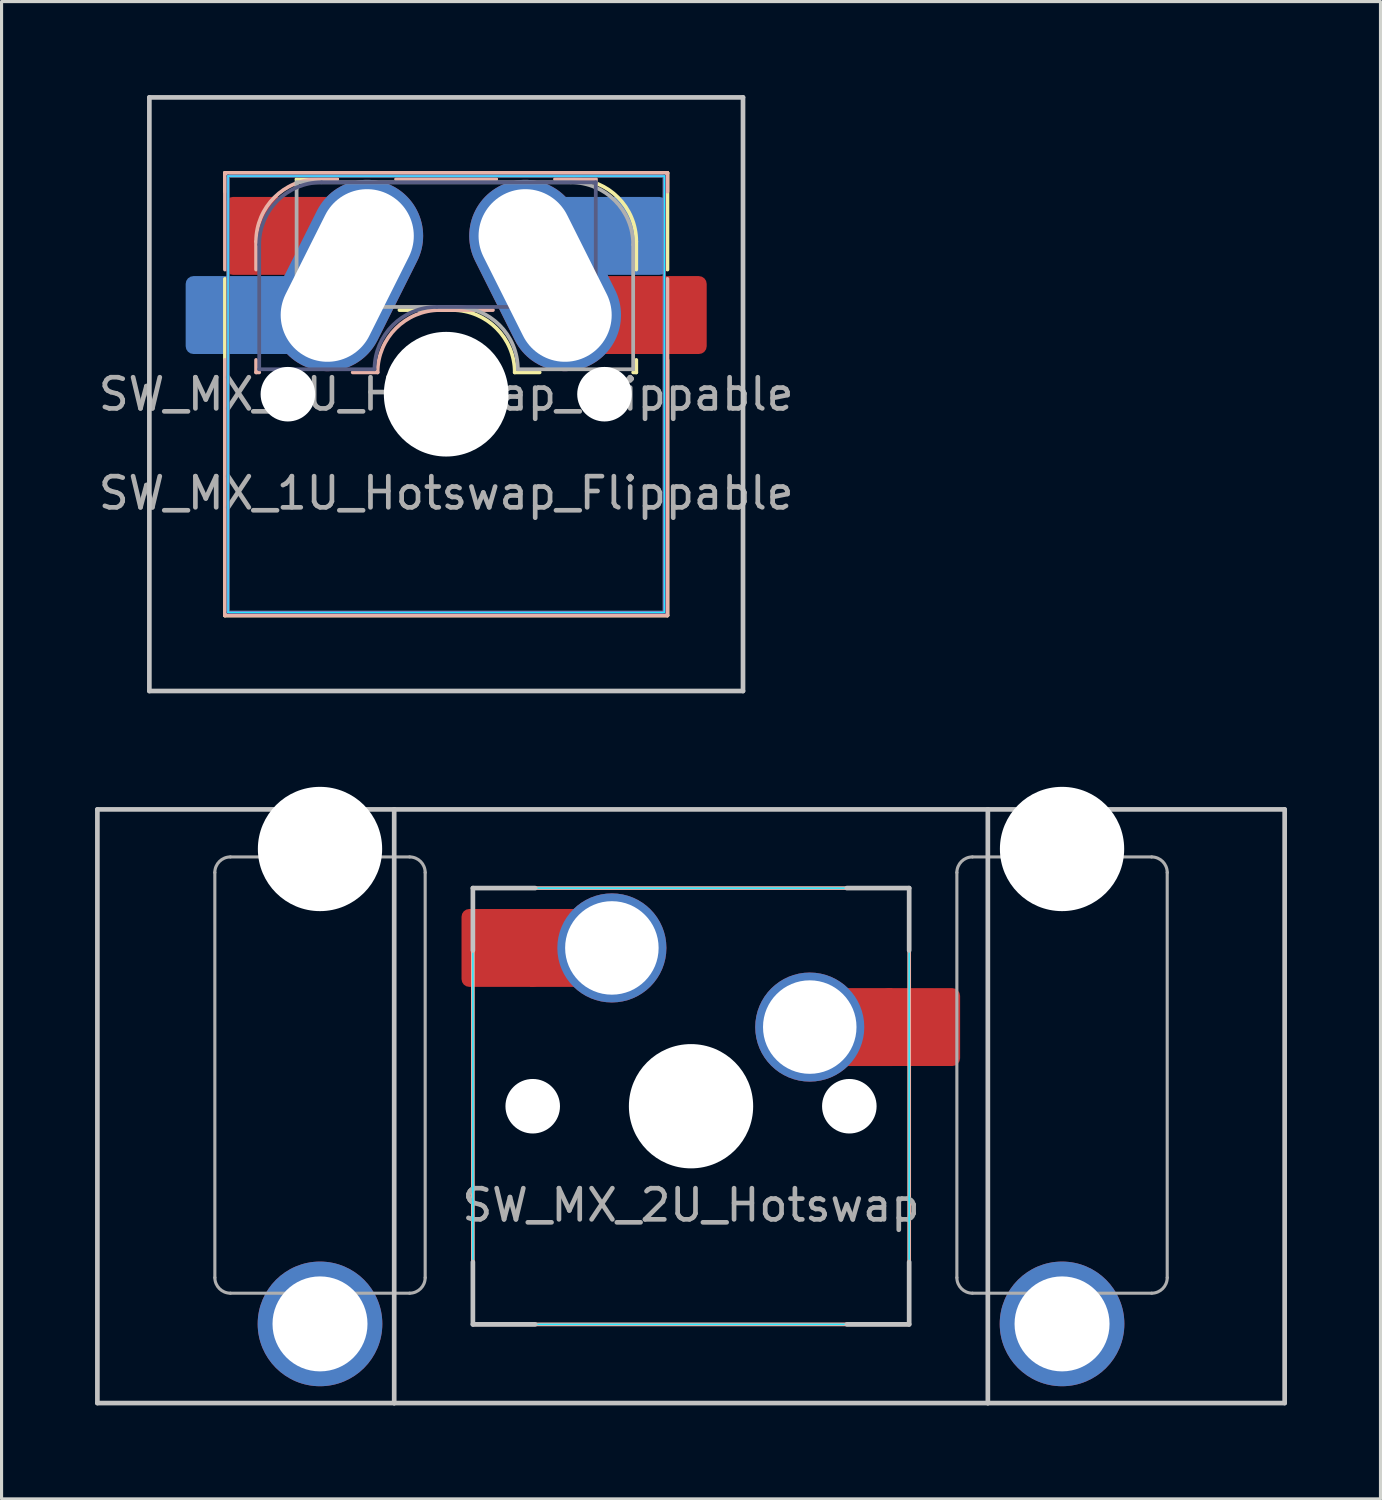
<source format=kicad_pcb>
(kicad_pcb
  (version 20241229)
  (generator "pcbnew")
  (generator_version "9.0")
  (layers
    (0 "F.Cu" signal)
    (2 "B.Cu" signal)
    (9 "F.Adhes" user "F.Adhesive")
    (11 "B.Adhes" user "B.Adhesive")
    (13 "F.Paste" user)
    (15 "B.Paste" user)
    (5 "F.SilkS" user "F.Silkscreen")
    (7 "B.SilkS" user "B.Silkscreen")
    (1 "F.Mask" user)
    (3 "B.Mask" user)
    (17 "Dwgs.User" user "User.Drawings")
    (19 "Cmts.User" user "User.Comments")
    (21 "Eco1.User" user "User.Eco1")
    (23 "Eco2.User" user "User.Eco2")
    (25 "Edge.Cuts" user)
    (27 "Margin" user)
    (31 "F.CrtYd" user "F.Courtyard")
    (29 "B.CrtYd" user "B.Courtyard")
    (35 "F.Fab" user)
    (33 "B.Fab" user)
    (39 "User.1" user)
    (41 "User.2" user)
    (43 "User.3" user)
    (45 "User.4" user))
  (footprint "SW_MX_2U_Hotswap"
    (layer "F.Cu")
    (at 19.125 32.449)
    (property "Reference" "SW_MX_2U_Hotswap" (at 0 3.175 0) (layer "F.Fab") (effects (font (size 1 1) (thickness 0.15))))
    (attr smd)
    (fp_line (start -7 -7) (end 7 -7) (stroke (width 0.12) (type default)) (layer "B.SilkS"))
    (fp_line (start -7 7) (end -7 -7) (stroke (width 0.12) (type default)) (layer "B.SilkS"))
    (fp_line (start 7 -7) (end 7 7) (stroke (width 0.12) (type default)) (layer "B.SilkS"))
    (fp_line (start 7 7) (end -7 7) (stroke (width 0.12) (type default)) (layer "B.SilkS"))
    (fp_line (start -19.05 -9.525) (end -9.525 -9.525) (stroke (width 0.15) (type solid)) (layer "Dwgs.User"))
    (fp_line (start -19.05 9.525) (end -19.05 -9.525) (stroke (width 0.15) (type solid)) (layer "Dwgs.User"))
    (fp_line (start -9.525 -9.525) (end -9.525 9.525) (stroke (width 0.15) (type solid)) (layer "Dwgs.User"))
    (fp_line (start -9.525 9.525) (end -19.05 9.525) (stroke (width 0.15) (type solid)) (layer "Dwgs.User"))
    (fp_line (start -9.525 9.525) (end 9.525 9.525) (stroke (width 0.15) (type solid)) (layer "Dwgs.User"))
    (fp_line (start -7 -7) (end -7 -5) (stroke (width 0.15) (type solid)) (layer "Dwgs.User"))
    (fp_line (start -7 7) (end -7 5) (stroke (width 0.15) (type solid)) (layer "Dwgs.User"))
    (fp_line (start -5 -7) (end -7 -7) (stroke (width 0.15) (type solid)) (layer "Dwgs.User"))
    (fp_line (start -5 7) (end -7 7) (stroke (width 0.15) (type solid)) (layer "Dwgs.User"))
    (fp_line (start 5 -7) (end 7 -7) (stroke (width 0.15) (type solid)) (layer "Dwgs.User"))
    (fp_line (start 7 -7) (end 7 -5) (stroke (width 0.15) (type solid)) (layer "Dwgs.User"))
    (fp_line (start 7 5) (end 7 7) (stroke (width 0.15) (type solid)) (layer "Dwgs.User"))
    (fp_line (start 7 7) (end 5 7) (stroke (width 0.15) (type solid)) (layer "Dwgs.User"))
    (fp_line (start 9.525 -9.525) (end -9.525 -9.525) (stroke (width 0.15) (type solid)) (layer "Dwgs.User"))
    (fp_line (start 9.525 -9.525) (end 19.05 -9.525) (stroke (width 0.15) (type solid)) (layer "Dwgs.User"))
    (fp_line (start 9.525 9.525) (end 9.525 -9.525) (stroke (width 0.15) (type solid)) (layer "Dwgs.User"))
    (fp_line (start 19.05 -9.525) (end 19.05 9.525) (stroke (width 0.15) (type solid)) (layer "Dwgs.User"))
    (fp_line (start 19.05 9.525) (end 9.525 9.525) (stroke (width 0.15) (type solid)) (layer "Dwgs.User"))
    (fp_line (start -7 -7) (end -7 7) (stroke (width 0.05) (type default)) (layer "B.CrtYd"))
    (fp_line (start -7 7) (end 7 7) (stroke (width 0.05) (type default)) (layer "B.CrtYd"))
    (fp_line (start 7 -7) (end -7 -7) (stroke (width 0.05) (type default)) (layer "B.CrtYd"))
    (fp_line (start 7 7) (end 7 -7) (stroke (width 0.05) (type default)) (layer "B.CrtYd"))
    (fp_line (start -15.28 5.5) (end -15.281 -7.5) (stroke (width 0.1) (type solid)) (layer "F.Fab"))
    (fp_line (start -9.031 -8) (end -14.781 -8) (stroke (width 0.1) (type solid)) (layer "F.Fab"))
    (fp_line (start -9.031 6) (end -14.78 6) (stroke (width 0.1) (type solid)) (layer "F.Fab"))
    (fp_line (start -8.531 5.5) (end -8.531 -7.5) (stroke (width 0.1) (type solid)) (layer "F.Fab"))
    (fp_line (start 8.531 5.5) (end 8.531 -7.5) (stroke (width 0.1) (type solid)) (layer "F.Fab"))
    (fp_line (start 14.781 -8) (end 9.031 -8) (stroke (width 0.1) (type solid)) (layer "F.Fab"))
    (fp_line (start 14.781 6) (end 9.031 6) (stroke (width 0.1) (type solid)) (layer "F.Fab"))
    (fp_line (start 15.281 5.5) (end 15.281 -7.5) (stroke (width 0.1) (type solid)) (layer "F.Fab"))
    (fp_arc (start -15.28125 -7.500001) (mid -15.134806 -7.853571) (end -14.78125 -8.000001) (stroke (width 0.1) (type solid)) (layer "F.Fab"))
    (fp_arc (start -14.780039 5.999999) (mid -15.133567 5.853539) (end -15.280039 5.499999) (stroke (width 0.1) (type solid)) (layer "F.Fab"))
    (fp_arc (start -9.03125 -8.000001) (mid -8.677729 -7.853537) (end -8.53125 -7.500001) (stroke (width 0.1) (type solid)) (layer "F.Fab"))
    (fp_arc (start -8.53125 5.499999) (mid -8.677693 5.853571) (end -9.03125 5.999999) (stroke (width 0.1) (type solid)) (layer "F.Fab"))
    (fp_arc (start 8.53125 -7.500001) (mid 8.677697 -7.853554) (end 9.03125 -8.000001) (stroke (width 0.1) (type solid)) (layer "F.Fab"))
    (fp_arc (start 9.03125 5.999999) (mid 8.677697 5.853552) (end 8.53125 5.499999) (stroke (width 0.1) (type solid)) (layer "F.Fab"))
    (fp_arc (start 14.78125 -8.000001) (mid 15.134803 -7.853554) (end 15.28125 -7.500001) (stroke (width 0.1) (type solid)) (layer "F.Fab"))
    (fp_arc (start 15.28125 5.499999) (mid 15.134803 5.853552) (end 14.78125 5.999999) (stroke (width 0.1) (type solid)) (layer "F.Fab"))
    (pad "" np_thru_hole circle (at -11.906 -8.255 180) (size 3.988 3.988) (drill 3.988) (layers "*.Cu" "*.Mask"))
    (pad "" thru_hole circle (at -11.906 6.985 180) (size 4 4) (drill 3.048) (layers "*.Cu" "*.Mask"))
    (pad "" np_thru_hole circle (at -5.08 0) (size 1.75 1.75) (drill 1.75) (layers "*.Cu" "*.Mask"))
    (pad "" np_thru_hole circle (at 0 0) (size 3.988 3.988) (drill 3.988) (layers "*.Cu" "*.Mask"))
    (pad "" np_thru_hole circle (at 5.08 0) (size 1.75 1.75) (drill 1.75) (layers "*.Cu" "*.Mask"))
    (pad "" np_thru_hole circle (at 11.906 -8.255 180) (size 3.988 3.988) (drill 3.988) (layers "*.Cu" "*.Mask"))
    (pad "" thru_hole circle (at 11.906 6.985 180) (size 4 4) (drill 3.048) (layers "*.Cu" "*.Mask"))
    (pad "1" thru_hole circle (at 3.81 -2.54) (size 3.5 3.5) (drill 3) (layers "*.Cu" "*.Mask"))
    (pad "1" smd rect (at 5.635 -2.54 180) (size 1.65 2.5) (layers "F.Cu"))
    (pad "1" smd roundrect (at 7.36 -2.54) (size 2.55 2.5) (layers "F.Cu" "F.Mask" "F.Paste") (roundrect_rratio 0.1))
    (pad "2" smd roundrect (at -6.09 -5.08) (size 2.55 2.5) (layers "F.Cu" "F.Mask" "F.Paste") (roundrect_rratio 0.1))
    (pad "2" smd rect (at -4.34 -5.08) (size 1.65 2.5) (layers "F.Cu"))
    (pad "2" thru_hole circle (at -2.54 -5.08) (size 3.5 3.5) (drill 3) (layers "*.Cu" "*.Mask")))
  (footprint "SW_MX_1U_Hotswap_Flippable"
    (layer "F.Cu")
    (at 11.268 9.6)
    (property "Reference" "SW_MX_1U_Hotswap_Flippable" (at 0 3.175 0) (layer "F.Fab") (effects (font (size 1 1) (thickness 0.15))))
    (attr smd)
    (fp_line (start -7.1 -7.1) (end -7.1 -6.5) (stroke (width 0.12) (type solid)) (layer "F.SilkS"))
    (fp_line (start -7.1 -3.7) (end -7.1 7.1) (stroke (width 0.12) (type solid)) (layer "F.SilkS"))
    (fp_line (start -7.1 7.1) (end 7.1 7.1) (stroke (width 0.12) (type solid)) (layer "F.SilkS"))
    (fp_line (start -4.8 -6.9) (end -4.8 -6.6) (stroke (width 0.12) (type solid)) (layer "F.SilkS"))
    (fp_line (start -4.8 -6.9) (end -3.5 -6.9) (stroke (width 0.12) (type solid)) (layer "F.SilkS"))
    (fp_line (start 0.2 -2.7) (end -1.5 -2.7) (stroke (width 0.12) (type solid)) (layer "F.SilkS"))
    (fp_line (start 1.6 -6.9) (end -1.6 -6.9) (stroke (width 0.12) (type solid)) (layer "F.SilkS"))
    (fp_line (start 3 -0.7) (end 2.2 -0.7) (stroke (width 0.12) (type solid)) (layer "F.SilkS"))
    (fp_line (start 4.1 -6.9) (end 3.5 -6.9) (stroke (width 0.12) (type solid)) (layer "F.SilkS"))
    (fp_line (start 6 -0.7) (end 6.1 -0.7) (stroke (width 0.12) (type solid)) (layer "F.SilkS"))
    (fp_line (start 6.1 -4.9) (end 6.1 -4) (stroke (width 0.12) (type solid)) (layer "F.SilkS"))
    (fp_line (start 6.1 -1.1) (end 6.1 -0.7) (stroke (width 0.12) (type solid)) (layer "F.SilkS"))
    (fp_line (start 7.1 -7.1) (end -7.1 -7.1) (stroke (width 0.12) (type solid)) (layer "F.SilkS"))
    (fp_line (start 7.1 -4) (end 7.1 -7.1) (stroke (width 0.12) (type solid)) (layer "F.SilkS"))
    (fp_line (start 7.1 7.1) (end 7.1 -1.1) (stroke (width 0.12) (type solid)) (layer "F.SilkS"))
    (fp_arc (start 0.2 -2.7) (mid 1.614214 -2.114214) (end 2.2 -0.7) (stroke (width 0.12) (type solid)) (layer "F.SilkS"))
    (fp_arc (start 4.1 -6.9) (mid 5.514214 -6.314214) (end 6.1 -4.9) (stroke (width 0.12) (type solid)) (layer "F.SilkS"))
    (fp_line (start -7.1 -7.1) (end 7.1 -7.1) (stroke (width 0.12) (type solid)) (layer "B.SilkS"))
    (fp_line (start -7.1 -4) (end -7.1 -7.1) (stroke (width 0.12) (type solid)) (layer "B.SilkS"))
    (fp_line (start -7.1 7.1) (end -7.1 -1.1) (stroke (width 0.12) (type solid)) (layer "B.SilkS"))
    (fp_line (start -6.1 -4.9) (end -6.1 -4) (stroke (width 0.12) (type solid)) (layer "B.SilkS"))
    (fp_line (start -6.1 -1.1) (end -6.1 -0.7) (stroke (width 0.12) (type solid)) (layer "B.SilkS"))
    (fp_line (start -6 -0.7) (end -6.1 -0.7) (stroke (width 0.12) (type solid)) (layer "B.SilkS"))
    (fp_line (start -4.1 -6.9) (end -3.5 -6.9) (stroke (width 0.12) (type solid)) (layer "B.SilkS"))
    (fp_line (start -3 -0.7) (end -2.2 -0.7) (stroke (width 0.12) (type solid)) (layer "B.SilkS"))
    (fp_line (start -1.6 -6.9) (end 1.6 -6.9) (stroke (width 0.12) (type solid)) (layer "B.SilkS"))
    (fp_line (start -0.2 -2.7) (end 1.5 -2.7) (stroke (width 0.12) (type solid)) (layer "B.SilkS"))
    (fp_line (start 4.8 -6.9) (end 3.5 -6.9) (stroke (width 0.12) (type solid)) (layer "B.SilkS"))
    (fp_line (start 4.8 -6.9) (end 4.8 -6.6) (stroke (width 0.12) (type solid)) (layer "B.SilkS"))
    (fp_line (start 7.1 -7.1) (end 7.1 -6.5) (stroke (width 0.12) (type solid)) (layer "B.SilkS"))
    (fp_line (start 7.1 -3.7) (end 7.1 7.1) (stroke (width 0.12) (type solid)) (layer "B.SilkS"))
    (fp_line (start 7.1 7.1) (end -7.1 7.1) (stroke (width 0.12) (type solid)) (layer "B.SilkS"))
    (fp_arc (start -6.1 -4.9) (mid -5.514214 -6.314214) (end -4.1 -6.9) (stroke (width 0.12) (type solid)) (layer "B.SilkS"))
    (fp_arc (start -2.2 -0.7) (mid -1.614214 -2.114214) (end -0.2 -2.7) (stroke (width 0.12) (type solid)) (layer "B.SilkS"))
    (fp_line (start -9.525 -9.525) (end -9.525 9.525) (stroke (width 0.15) (type solid)) (layer "Dwgs.User"))
    (fp_line (start -9.525 9.525) (end 9.525 9.525) (stroke (width 0.15) (type solid)) (layer "Dwgs.User"))
    (fp_line (start 9.525 -9.525) (end -9.525 -9.525) (stroke (width 0.15) (type solid)) (layer "Dwgs.User"))
    (fp_line (start 9.525 9.525) (end 9.525 -9.525) (stroke (width 0.15) (type solid)) (layer "Dwgs.User"))
    (fp_line (start -7 -7) (end -7 7) (stroke (width 0.05) (type default)) (layer "B.CrtYd"))
    (fp_line (start -7 7) (end 7 7) (stroke (width 0.05) (type default)) (layer "B.CrtYd"))
    (fp_line (start 7 -7) (end -7 -7) (stroke (width 0.05) (type default)) (layer "B.CrtYd"))
    (fp_line (start 7 7) (end 7 -7) (stroke (width 0.05) (type default)) (layer "B.CrtYd"))
    (fp_line (start -7 -7) (end 7 -7) (stroke (width 0.05) (type default)) (layer "F.CrtYd"))
    (fp_line (start -7 7) (end -7 -7) (stroke (width 0.05) (type default)) (layer "F.CrtYd"))
    (fp_line (start 7 -7) (end 7 7) (stroke (width 0.05) (type default)) (layer "F.CrtYd"))
    (fp_line (start 7 7) (end -7 7) (stroke (width 0.05) (type default)) (layer "F.CrtYd"))
    (fp_line (start -7 -7) (end 7 -7) (stroke (width 0.1) (type solid)) (layer "B.Fab"))
    (fp_line (start -7 7) (end -7 -7) (stroke (width 0.1) (type solid)) (layer "B.Fab"))
    (fp_line (start -6 -0.8) (end -6 -4.8) (stroke (width 0.12) (type solid)) (layer "B.Fab"))
    (fp_line (start -6 -0.8) (end -2.3 -0.8) (stroke (width 0.12) (type solid)) (layer "B.Fab"))
    (fp_line (start -4 -6.8) (end 4.8 -6.8) (stroke (width 0.12) (type solid)) (layer "B.Fab"))
    (fp_line (start -0.3 -2.8) (end 4.8 -2.8) (stroke (width 0.12) (type solid)) (layer "B.Fab"))
    (fp_line (start 4.8 -6.8) (end 4.8 -2.8) (stroke (width 0.12) (type solid)) (layer "B.Fab"))
    (fp_line (start 7 -7) (end 7 7) (stroke (width 0.1) (type solid)) (layer "B.Fab"))
    (fp_line (start 7 7) (end -7 7) (stroke (width 0.1) (type solid)) (layer "B.Fab"))
    (fp_arc (start -6 -4.8) (mid -5.414214 -6.214214) (end -4 -6.8) (stroke (width 0.12) (type solid)) (layer "B.Fab"))
    (fp_arc (start -2.3 -0.8) (mid -1.714214 -2.214214) (end -0.3 -2.8) (stroke (width 0.12) (type solid)) (layer "B.Fab"))
    (fp_line (start -7 -7) (end -7 7) (stroke (width 0.1) (type solid)) (layer "F.Fab"))
    (fp_line (start -7 7) (end 7 7) (stroke (width 0.1) (type solid)) (layer "F.Fab"))
    (fp_line (start -4.8 -6.8) (end -4.8 -2.8) (stroke (width 0.12) (type solid)) (layer "F.Fab"))
    (fp_line (start 0.3 -2.8) (end -4.8 -2.8) (stroke (width 0.12) (type solid)) (layer "F.Fab"))
    (fp_line (start 4 -6.8) (end -4.8 -6.8) (stroke (width 0.12) (type solid)) (layer "F.Fab"))
    (fp_line (start 6 -0.8) (end 2.3 -0.8) (stroke (width 0.12) (type solid)) (layer "F.Fab"))
    (fp_line (start 6 -0.8) (end 6 -4.8) (stroke (width 0.12) (type solid)) (layer "F.Fab"))
    (fp_line (start 7 -7) (end -7 -7) (stroke (width 0.1) (type solid)) (layer "F.Fab"))
    (fp_line (start 7 7) (end 7 -7) (stroke (width 0.1) (type solid)) (layer "F.Fab"))
    (fp_arc (start 0.3 -2.8) (mid 1.714214 -2.214214) (end 2.3 -0.8) (stroke (width 0.12) (type solid)) (layer "F.Fab"))
    (fp_arc (start 4 -6.8) (mid 5.414214 -6.214214) (end 6 -4.8) (stroke (width 0.12) (type solid)) (layer "F.Fab"))
    (fp_text user "${REFERENCE}" (at 0 0 0) (layer "F.Fab") (effects (font (size 1 1) (thickness 0.15))))
    (pad "" np_thru_hole circle (at -5.08 0) (size 1.75 1.75) (drill 1.75) (layers "*.Cu" "*.Mask"))
    (pad "" np_thru_hole circle (at 0 0) (size 4 4) (drill 4) (layers "*.Cu" "*.Mask"))
    (pad "" np_thru_hole circle (at 5.08 0) (size 1.75 1.75) (drill 1.75) (layers "*.Cu" "*.Mask"))
    (pad "1" thru_hole oval (at 3.175 -3.81 296.6) (size 6.44 3.6) (drill oval 5.84 3) (layers "*.Cu" "*.Mask"))
    (pad "1" smd roundrect (at 5.32 -5.08) (size 3.55 2.5) (layers "B.Cu" "B.Mask") (roundrect_rratio 0.1))
    (pad "1" smd roundrect (at 6.585 -2.54) (size 3.55 2.5) (layers "F.Cu" "F.Mask") (roundrect_rratio 0.1))
    (pad "2" smd roundrect (at -6.585 -2.54) (size 3.55 2.5) (layers "B.Cu" "B.Mask") (roundrect_rratio 0.1))
    (pad "2" smd roundrect (at -5.32 -5.08) (size 3.55 2.5) (layers "F.Cu" "F.Mask") (roundrect_rratio 0.1))
    (pad "2" thru_hole oval (at -3.175 -3.81 63.4) (size 6.44 3.6) (drill oval 5.84 3) (layers "*.Cu" "*.Mask")))
  (gr_rect
    (start -3 -3)
    (end 41.25 45.049)
    (stroke (width 0.1) (type default))
    (fill no)
    (layer "Edge.Cuts")))
</source>
